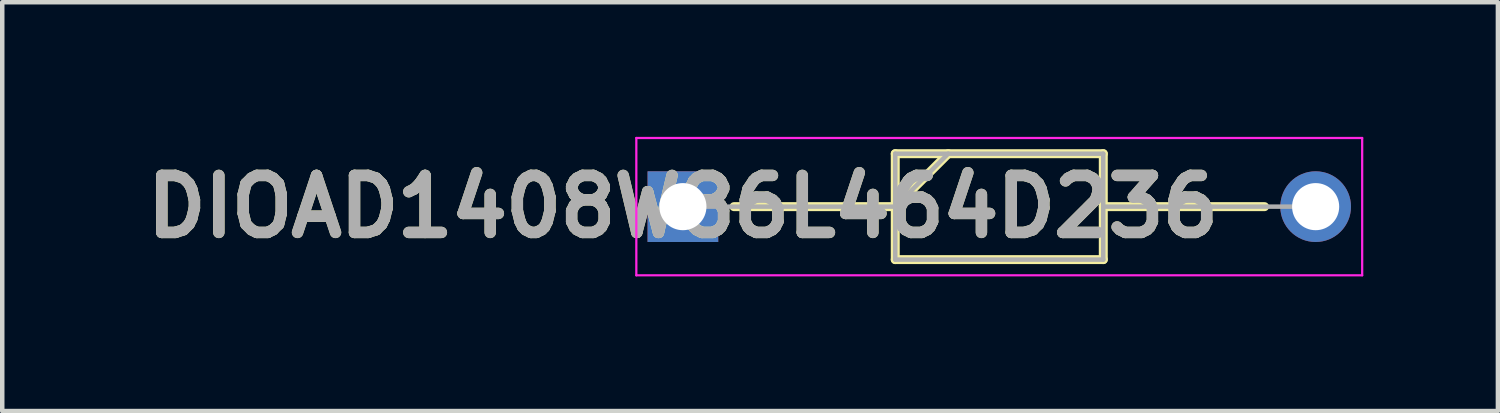
<source format=kicad_pcb>
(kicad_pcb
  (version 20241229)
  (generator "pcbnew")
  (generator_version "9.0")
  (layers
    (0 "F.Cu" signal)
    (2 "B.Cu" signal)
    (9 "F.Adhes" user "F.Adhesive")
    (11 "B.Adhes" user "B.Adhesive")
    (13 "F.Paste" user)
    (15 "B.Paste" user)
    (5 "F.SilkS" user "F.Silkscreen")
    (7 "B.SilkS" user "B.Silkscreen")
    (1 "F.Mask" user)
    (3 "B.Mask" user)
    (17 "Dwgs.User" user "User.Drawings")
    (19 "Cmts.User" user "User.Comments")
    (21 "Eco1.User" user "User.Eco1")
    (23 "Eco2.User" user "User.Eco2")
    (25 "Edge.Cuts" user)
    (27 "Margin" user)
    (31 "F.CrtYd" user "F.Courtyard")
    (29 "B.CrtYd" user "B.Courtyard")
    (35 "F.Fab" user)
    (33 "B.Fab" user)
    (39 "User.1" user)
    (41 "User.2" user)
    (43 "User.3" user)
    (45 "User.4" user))
  (footprint "DIOAD1408W86L464D236"
    (layer "F.Cu")
    (at 12.168 1.555)
    (property "Reference" "DIOAD1408W86L464D236" (at 0 0 0) (layer "F.SilkS") (effects (font (size 1.27 1.27) (thickness 0.254))))
    (attr through_hole)
    (fp_line (start 1.138 0) (end 4.732 0) (stroke (width 0.2) (type solid)) (layer "F.SilkS"))
    (fp_line (start 4.732 -1.18) (end 9.368 -1.18) (stroke (width 0.2) (type solid)) (layer "F.SilkS"))
    (fp_line (start 4.732 0) (end 5.912 -1.18) (stroke (width 0.2) (type solid)) (layer "F.SilkS"))
    (fp_line (start 4.732 1.18) (end 4.732 -1.18) (stroke (width 0.2) (type solid)) (layer "F.SilkS"))
    (fp_line (start 9.368 -1.18) (end 9.368 1.18) (stroke (width 0.2) (type solid)) (layer "F.SilkS"))
    (fp_line (start 9.368 0) (end 12.962 0) (stroke (width 0.2) (type solid)) (layer "F.SilkS"))
    (fp_line (start 9.368 1.18) (end 4.732 1.18) (stroke (width 0.2) (type solid)) (layer "F.SilkS"))
    (fp_line (start -1.038 -1.53) (end 15.137 -1.53) (stroke (width 0.05) (type solid)) (layer "F.CrtYd"))
    (fp_line (start -1.038 1.53) (end -1.038 -1.53) (stroke (width 0.05) (type solid)) (layer "F.CrtYd"))
    (fp_line (start 15.137 -1.53) (end 15.137 1.53) (stroke (width 0.05) (type solid)) (layer "F.CrtYd"))
    (fp_line (start 15.137 1.53) (end -1.038 1.53) (stroke (width 0.05) (type solid)) (layer "F.CrtYd"))
    (fp_line (start 0 0) (end 4.732 0) (stroke (width 0.1) (type solid)) (layer "F.Fab"))
    (fp_line (start 4.732 -1.18) (end 9.367 -1.18) (stroke (width 0.1) (type solid)) (layer "F.Fab"))
    (fp_line (start 4.732 0) (end 5.912 -1.18) (stroke (width 0.1) (type solid)) (layer "F.Fab"))
    (fp_line (start 4.732 1.18) (end 4.732 -1.18) (stroke (width 0.1) (type solid)) (layer "F.Fab"))
    (fp_line (start 9.367 -1.18) (end 9.367 1.18) (stroke (width 0.1) (type solid)) (layer "F.Fab"))
    (fp_line (start 9.367 1.18) (end 4.732 1.18) (stroke (width 0.1) (type solid)) (layer "F.Fab"))
    (fp_line (start 9.368 0) (end 14.1 0) (stroke (width 0.1) (type solid)) (layer "F.Fab"))
    (fp_text user "${REFERENCE}" (at 0 0 0) (layer "F.Fab") (effects (font (size 1.27 1.27) (thickness 0.254))))
    (pad "1" thru_hole rect (at 0 0) (size 1.575 1.575) (drill 1.05) (layers "*.Cu" "*.Mask"))
    (pad "2" thru_hole circle (at 14.1 0) (size 1.575 1.575) (drill 1.05) (layers "*.Cu" "*.Mask")))
  (gr_rect
    (start -3 -3)
    (end 30.33 6.11)
    (stroke (width 0.1) (type default))
    (fill no)
    (layer "Edge.Cuts")))
</source>
